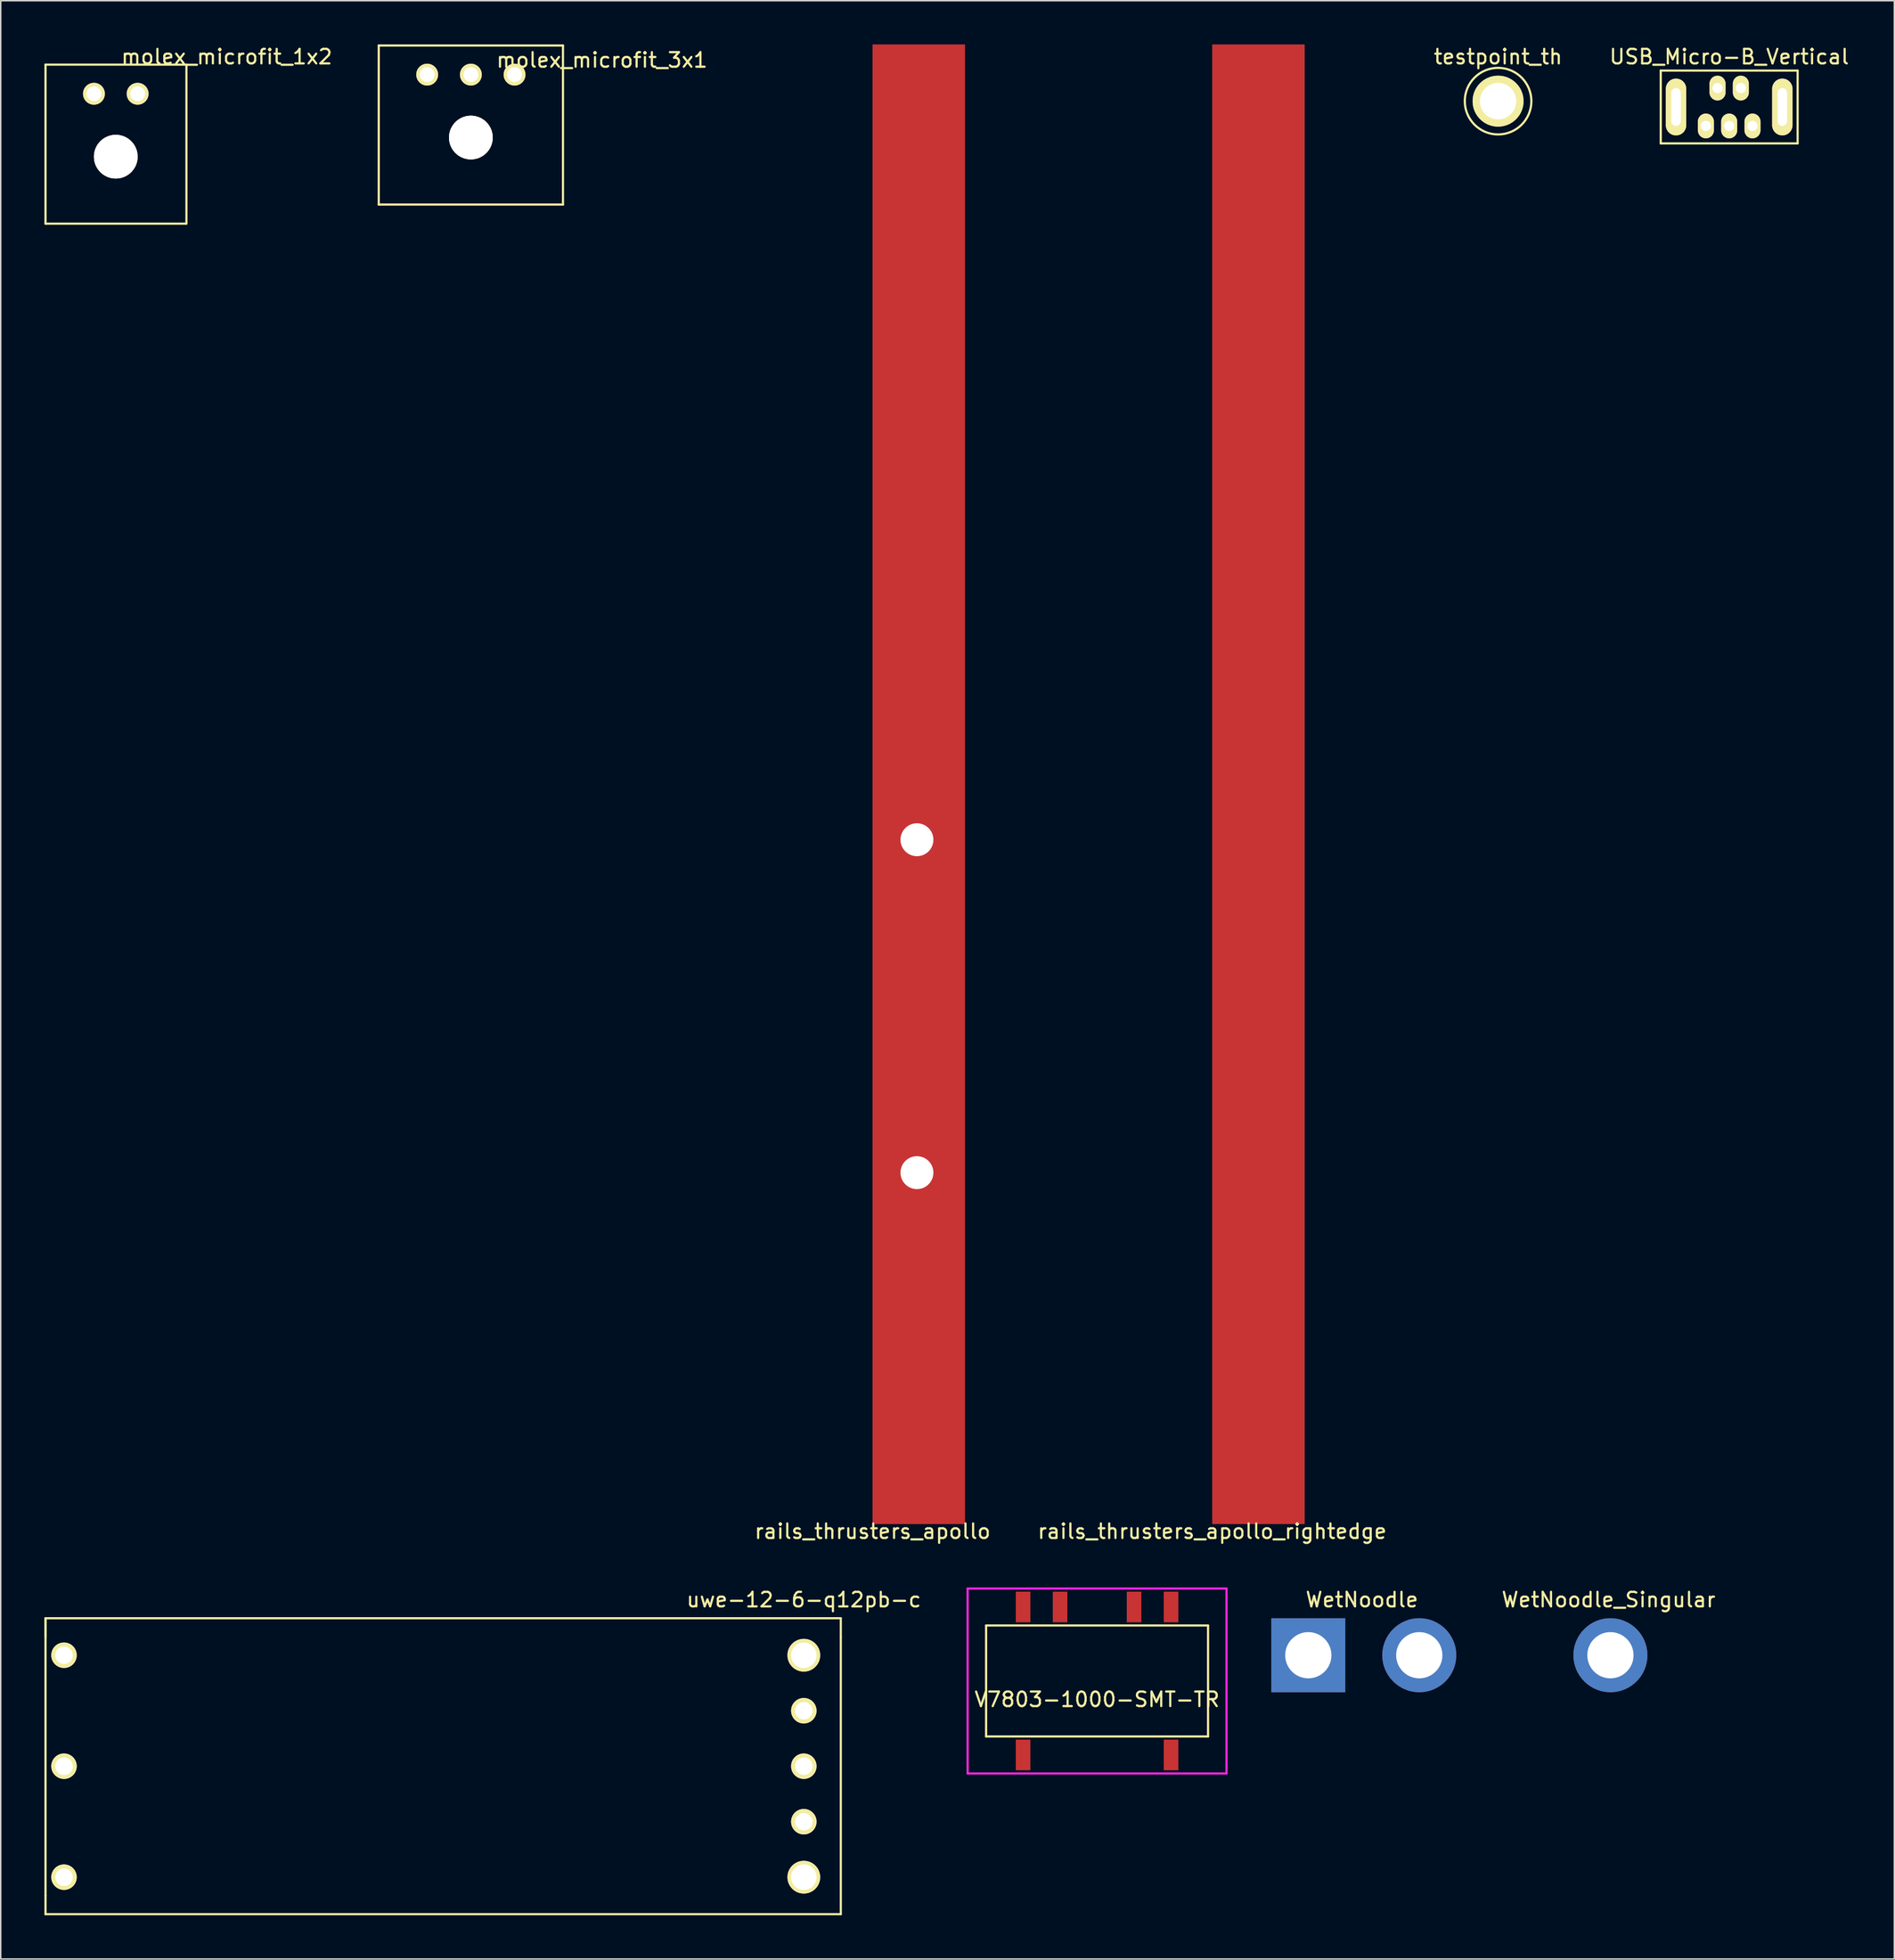
<source format=kicad_pcb>
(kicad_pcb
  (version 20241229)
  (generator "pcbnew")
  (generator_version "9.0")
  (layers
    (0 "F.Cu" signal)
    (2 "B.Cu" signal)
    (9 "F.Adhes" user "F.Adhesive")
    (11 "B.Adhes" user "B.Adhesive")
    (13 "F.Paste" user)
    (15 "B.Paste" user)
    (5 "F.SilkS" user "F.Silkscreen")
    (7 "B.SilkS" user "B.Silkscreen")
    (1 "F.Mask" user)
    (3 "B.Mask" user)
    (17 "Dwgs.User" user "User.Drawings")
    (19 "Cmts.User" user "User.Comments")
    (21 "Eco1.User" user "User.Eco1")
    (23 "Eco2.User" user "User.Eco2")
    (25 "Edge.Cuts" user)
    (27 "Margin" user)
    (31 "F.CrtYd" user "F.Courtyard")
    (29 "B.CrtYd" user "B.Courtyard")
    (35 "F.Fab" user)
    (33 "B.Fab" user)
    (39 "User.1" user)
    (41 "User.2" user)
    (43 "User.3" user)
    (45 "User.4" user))
  (footprint "rails_thrusters_apollo"
    (layer "F.Cu")
    (at 56.866 101.6)
    (property "Reference" "rails_thrusters_apollo" (at 0 0.5 0) (layer "F.SilkS") (effects (font (size 1 1) (thickness 0.15))))
    (attr through_hole)
    (pad "" np_thru_hole circle (at 3.048 -46.99) (size 2.261 2.261) (drill 2.261) (layers "*.Cu" "*.Mask"))
    (pad "" np_thru_hole circle (at 3.048 -24.13) (size 2.261 2.261) (drill 2.261) (layers "*.Cu" "*.Mask"))
    (pad "1" smd rect (at 3.175 -50.8) (size 6.35 101.6) (layers "F.Cu" "F.Mask")))
  (footprint "V7803-1000-SMT-TR"
    (layer "F.Cu")
    (at 72.283 112.373)
    (property "Reference" "V7803-1000-SMT-TR" (at 0 1.27 0) (layer "F.SilkS") (effects (font (size 1 1) (thickness 0.15))))
    (attr through_hole)
    (fp_line (start -7.62 -3.81) (end 7.62 -3.81) (stroke (width 0.15) (type solid)) (layer "F.SilkS"))
    (fp_line (start -7.62 3.81) (end -7.62 -3.81) (stroke (width 0.15) (type solid)) (layer "F.SilkS"))
    (fp_line (start 7.62 -3.81) (end 7.62 3.81) (stroke (width 0.15) (type solid)) (layer "F.SilkS"))
    (fp_line (start 7.62 3.81) (end -7.62 3.81) (stroke (width 0.15) (type solid)) (layer "F.SilkS"))
    (fp_line (start -8.89 -6.35) (end -8.89 6.35) (stroke (width 0.15) (type solid)) (layer "F.CrtYd"))
    (fp_line (start -8.89 6.35) (end 8.89 6.35) (stroke (width 0.15) (type solid)) (layer "F.CrtYd"))
    (fp_line (start 8.89 -6.35) (end -8.89 -6.35) (stroke (width 0.15) (type solid)) (layer "F.CrtYd"))
    (fp_line (start 8.89 6.35) (end 8.89 -6.35) (stroke (width 0.15) (type solid)) (layer "F.CrtYd"))
    (pad "1" smd rect (at -5.08 5.08) (size 1 2.1) (layers "F.Cu" "F.Mask" "F.Paste"))
    (pad "5" smd rect (at 5.08 5.08) (size 1 2.1) (layers "F.Cu" "F.Mask" "F.Paste"))
    (pad "6" smd rect (at 5.08 -5.08) (size 1 2.1) (layers "F.Cu" "F.Mask" "F.Paste"))
    (pad "7" smd rect (at 2.54 -5.08) (size 1 2.1) (layers "F.Cu" "F.Mask" "F.Paste"))
    (pad "9" smd rect (at -2.54 -5.08) (size 1 2.1) (layers "F.Cu" "F.Mask" "F.Paste"))
    (pad "10" smd rect (at -5.08 -5.08) (size 1 2.1) (layers "F.Cu" "F.Mask" "F.Paste")))
  (footprint "WetNoodle_Singular"
    (layer "F.Cu")
    (at 107.533 110.606)
    (property "Reference" "WetNoodle_Singular" (at -0.127 -3.81 0) (layer "F.SilkS") (effects (font (size 1 1) (thickness 0.15))))
    (attr through_hole)
    (pad "1" thru_hole circle (at 0 0) (size 5.08 5.08) (drill 3.175) (layers "*.Cu" "*.Mask")))
  (footprint "WetNoodle"
    (layer "F.Cu")
    (at 90.598 110.606)
    (property "Reference" "WetNoodle" (at -0.127 -3.81 0) (layer "F.SilkS") (effects (font (size 1 1) (thickness 0.15))))
    (attr through_hole)
    (pad "1" thru_hole circle (at 3.81 0) (size 5.08 5.08) (drill 3.175) (layers "*.Cu" "*.Mask"))
    (pad "2" thru_hole rect (at -3.81 0) (size 5.08 5.08) (drill 3.175) (layers "*.Cu" "*.Mask")))
  (footprint "molex_microfit_3x1"
    (layer "F.Cu")
    (at 29.283 2.075)
    (property "Reference" "molex_microfit_3x1" (at 9 -1 0) (layer "F.SilkS") (effects (font (size 1 1) (thickness 0.15))))
    (attr through_hole)
    (fp_line (start -6.325 -2) (end -6.325 8.92) (stroke (width 0.15) (type solid)) (layer "F.SilkS"))
    (fp_line (start -6.325 -2) (end 6.325 -2) (stroke (width 0.15) (type solid)) (layer "F.SilkS"))
    (fp_line (start -6.325 8.92) (end 6.325 8.92) (stroke (width 0.15) (type solid)) (layer "F.SilkS"))
    (fp_line (start 6.325 -2) (end 6.325 8.92) (stroke (width 0.15) (type solid)) (layer "F.SilkS"))
    (pad "0" thru_hole circle (at 0 4.32) (size 3 3) (drill 3) (layers "*.Cu" "*.Mask" "F.SilkS"))
    (pad "1" thru_hole circle (at 3 0) (size 1.5 1.5) (drill 1.02) (layers "*.Cu" "*.Mask" "F.SilkS"))
    (pad "2" thru_hole circle (at 0 0) (size 1.5 1.5) (drill 1.02) (layers "*.Cu" "*.Mask" "F.SilkS"))
    (pad "3" thru_hole circle (at -3 0) (size 1.5 1.5) (drill 1.02) (layers "*.Cu" "*.Mask" "F.SilkS")))
  (footprint "testpoint_th"
    (layer "F.Cu")
    (at 99.819 3.896)
    (property "Reference" "testpoint_th" (at 0 -3.048 0) (layer "F.SilkS") (effects (font (size 1 1) (thickness 0.15))))
    (attr through_hole)
    (fp_circle (center 0 0) (end 0 -2.286) (stroke (width 0.15) (type solid)) (fill no) (layer "F.SilkS"))
    (pad "1" thru_hole circle (at 0 0) (size 3.5 3.5) (drill 2.5) (layers "*.Cu" "*.Mask" "F.SilkS")))
  (footprint "rails_thrusters_apollo_rightedge"
    (layer "F.Cu")
    (at 80.188 101.6)
    (property "Reference" "rails_thrusters_apollo_rightedge" (at 0 0.5 0) (layer "F.SilkS") (effects (font (size 1 1) (thickness 0.15))))
    (attr through_hole)
    (pad "1" smd rect (at 3.175 -50.8) (size 6.35 101.6) (layers "F.Cu" "F.Mask")))
  (footprint "uwe-12-6-q12pb-c"
    (layer "F.Cu")
    (at 1.345 110.606)
    (property "Reference" "uwe-12-6-q12pb-c" (at 50.8 -3.81 0) (layer "F.SilkS") (effects (font (size 1 1) (thickness 0.15))))
    (attr through_hole)
    (fp_line (start -1.27 -2.54) (end -1.27 -1.27) (stroke (width 0.15) (type solid)) (layer "F.SilkS"))
    (fp_line (start -1.27 -1.27) (end -1.27 -2.54) (stroke (width 0.15) (type solid)) (layer "F.SilkS"))
    (fp_line (start -1.27 -1.27) (end -1.27 16.51) (stroke (width 0.15) (type solid)) (layer "F.SilkS"))
    (fp_line (start -1.27 16.51) (end -1.27 17.78) (stroke (width 0.15) (type solid)) (layer "F.SilkS"))
    (fp_line (start 53.34 -2.54) (end -1.27 -2.54) (stroke (width 0.15) (type solid)) (layer "F.SilkS"))
    (fp_line (start 53.34 -1.27) (end 53.34 -2.54) (stroke (width 0.15) (type solid)) (layer "F.SilkS"))
    (fp_line (start 53.34 17.78) (end -1.27 17.78) (stroke (width 0.15) (type solid)) (layer "F.SilkS"))
    (fp_line (start 53.34 17.78) (end 53.34 -1.27) (stroke (width 0.15) (type solid)) (layer "F.SilkS"))
    (pad "1" thru_hole circle (at 0 15.24) (size 1.75 1.75) (drill 1.2) (layers "*.Cu" "*.Mask" "F.SilkS"))
    (pad "2" thru_hole circle (at 0 7.62) (size 1.75 1.75) (drill 1.2) (layers "*.Cu" "*.Mask" "F.SilkS"))
    (pad "3" thru_hole circle (at 0 0) (size 1.75 1.75) (drill 1.2) (layers "*.Cu" "*.Mask" "F.SilkS"))
    (pad "4" thru_hole circle (at 50.8 0) (size 2.25 2.25) (drill 1.75) (layers "*.Cu" "*.Mask" "F.SilkS"))
    (pad "5" thru_hole circle (at 50.8 3.81) (size 1.75 1.75) (drill 1.2) (layers "*.Cu" "*.Mask" "F.SilkS"))
    (pad "6" thru_hole circle (at 50.8 7.62) (size 1.75 1.75) (drill 1.2) (layers "*.Cu" "*.Mask" "F.SilkS"))
    (pad "7" thru_hole circle (at 50.8 11.43) (size 1.75 1.75) (drill 1.2) (layers "*.Cu" "*.Mask" "F.SilkS"))
    (pad "8" thru_hole circle (at 50.8 15.24) (size 2.25 2.25) (drill 1.75) (layers "*.Cu" "*.Mask" "F.SilkS")))
  (footprint "molex_microfit_1x2"
    (layer "F.Cu")
    (at 4.9 3.388)
    (property "Reference" "molex_microfit_1x2" (at 7.62 -2.54 0) (layer "F.SilkS") (effects (font (size 1 1) (thickness 0.15))))
    (attr through_hole)
    (fp_line (start -4.825 -2) (end -4.825 8.92) (stroke (width 0.15) (type solid)) (layer "F.SilkS"))
    (fp_line (start -4.825 -2) (end 4.825 -2) (stroke (width 0.15) (type solid)) (layer "F.SilkS"))
    (fp_line (start -4.825 8.92) (end 4.825 8.92) (stroke (width 0.15) (type solid)) (layer "F.SilkS"))
    (fp_line (start 4.852 -2) (end 4.852 8.92) (stroke (width 0.15) (type solid)) (layer "F.SilkS"))
    (pad "0" thru_hole circle (at 0 4.32) (size 3 3) (drill 3) (layers "*.Cu" "*.Mask" "F.SilkS"))
    (pad "1" thru_hole circle (at 1.5 0) (size 1.5 1.5) (drill 1.02) (layers "*.Cu" "*.Mask" "F.SilkS"))
    (pad "2" thru_hole circle (at -1.5 0) (size 1.5 1.5) (drill 1.02) (layers "*.Cu" "*.Mask" "F.SilkS")))
  (footprint "USB_Micro-B_Vertical"
    (layer "F.Cu")
    (at 115.688 4.298)
    (property "Reference" "USB_Micro-B_Vertical" (at 0 -3.45 0) (layer "F.SilkS") (effects (font (size 1 1) (thickness 0.15))))
    (attr smd)
    (fp_line (start -4.7 -2.5) (end 4.7 -2.5) (stroke (width 0.15) (type solid)) (layer "F.SilkS"))
    (fp_line (start -4.7 2.5) (end -4.7 -2.5) (stroke (width 0.15) (type solid)) (layer "F.SilkS"))
    (fp_line (start 4.7 -2.5) (end 4.7 2.5) (stroke (width 0.15) (type solid)) (layer "F.SilkS"))
    (fp_line (start 4.7 2.5) (end -4.7 2.5) (stroke (width 0.15) (type solid)) (layer "F.SilkS"))
    (pad "1" thru_hole oval (at -1.6 1.3 90) (size 1.7 1.1) (drill 0.7) (layers "*.Cu" "*.Mask" "F.SilkS"))
    (pad "2" thru_hole oval (at -0.8 -1.3 90) (size 1.7 1.1) (drill 0.7) (layers "*.Cu" "*.Mask" "F.SilkS"))
    (pad "3" thru_hole oval (at 0 1.3 90) (size 1.7 1.1) (drill 0.7) (layers "*.Cu" "*.Mask" "F.SilkS"))
    (pad "4" thru_hole oval (at 0.8 -1.3 90) (size 1.7 1.1) (drill 0.7) (layers "*.Cu" "*.Mask" "F.SilkS"))
    (pad "5" thru_hole oval (at 1.6 1.3 90) (size 1.7 1.1) (drill 0.7) (layers "*.Cu" "*.Mask" "F.SilkS"))
    (pad "6" thru_hole oval (at -3.65 0 90) (size 3.9 1.4) (drill oval 2.6 0.65) (layers "*.Cu" "*.Mask" "F.SilkS"))
    (pad "6" thru_hole oval (at 3.65 0 90) (size 3.9 1.4) (drill oval 2.6 0.65) (layers "*.Cu" "*.Mask" "F.SilkS")))
  (gr_rect
    (start -3 -3)
    (end 127.027 131.462)
    (stroke (width 0.1) (type default))
    (fill no)
    (layer "Edge.Cuts")))
</source>
